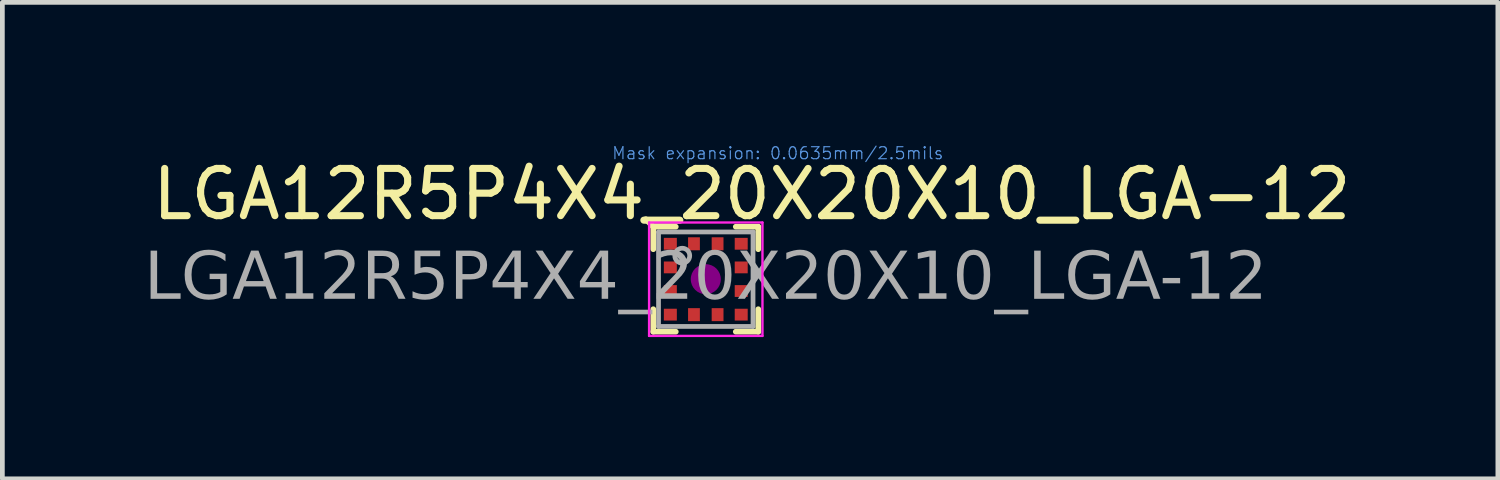
<source format=kicad_pcb>
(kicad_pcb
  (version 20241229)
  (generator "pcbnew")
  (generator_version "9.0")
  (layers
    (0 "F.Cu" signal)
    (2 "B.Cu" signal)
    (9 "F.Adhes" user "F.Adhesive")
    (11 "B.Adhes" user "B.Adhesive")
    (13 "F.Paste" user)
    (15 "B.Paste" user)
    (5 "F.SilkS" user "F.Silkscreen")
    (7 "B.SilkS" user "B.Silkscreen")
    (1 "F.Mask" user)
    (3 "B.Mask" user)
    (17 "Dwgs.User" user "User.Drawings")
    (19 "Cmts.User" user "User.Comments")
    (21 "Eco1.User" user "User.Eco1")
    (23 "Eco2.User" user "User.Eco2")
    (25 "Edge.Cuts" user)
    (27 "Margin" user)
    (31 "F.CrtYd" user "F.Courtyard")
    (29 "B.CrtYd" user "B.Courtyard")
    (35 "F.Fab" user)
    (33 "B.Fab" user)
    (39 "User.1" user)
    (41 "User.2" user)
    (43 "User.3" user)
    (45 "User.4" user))
  (footprint "LGA12R5P4X4_20X20X10_LGA-12"
    (layer "F.Cu")
    (at 11.889 2.86)
    (property "Reference" "LGA12R5P4X4_20X20X10_LGA-12" (at 0.975 -1.8 0) (unlocked yes) (layer "F.SilkS") (effects (font (size 1 1) (thickness 0.15))))
    (attr smd)
    (fp_line (start -1.111 -1.111) (end -1.27 -1.27) (stroke (width 0.12) (type solid)) (layer "F.SilkS"))
    (fp_line (start -1.111 -0.635) (end -1.111 -1.111) (stroke (width 0.12) (type solid)) (layer "F.SilkS"))
    (fp_line (start -1.111 0.635) (end -1.111 1.111) (stroke (width 0.12) (type solid)) (layer "F.SilkS"))
    (fp_line (start -0.635 -1.111) (end -1.111 -1.111) (stroke (width 0.12) (type solid)) (layer "F.SilkS"))
    (fp_line (start -0.635 1.111) (end -1.111 1.111) (stroke (width 0.12) (type solid)) (layer "F.SilkS"))
    (fp_line (start 0.635 -1.111) (end 1.111 -1.111) (stroke (width 0.12) (type solid)) (layer "F.SilkS"))
    (fp_line (start 0.635 1.111) (end 1.111 1.111) (stroke (width 0.12) (type solid)) (layer "F.SilkS"))
    (fp_line (start 1.111 -0.635) (end 1.111 -1.111) (stroke (width 0.12) (type solid)) (layer "F.SilkS"))
    (fp_line (start 1.111 0.635) (end 1.111 1.111) (stroke (width 0.12) (type solid)) (layer "F.SilkS"))
    (fp_circle (center 0 0) (end 0.318 0) (stroke (width 0) (type solid)) (fill yes) (layer "F.Adhes"))
    (fp_line (start -1.2 1.2) (end -1.2 -1.2) (stroke (width 0.05) (type solid)) (layer "F.CrtYd"))
    (fp_line (start -1.2 1.2) (end 1.2 1.2) (stroke (width 0.05) (type solid)) (layer "F.CrtYd"))
    (fp_line (start 1.2 -1.2) (end -1.2 -1.2) (stroke (width 0.05) (type solid)) (layer "F.CrtYd"))
    (fp_line (start 1.2 -1.2) (end 1.2 1.2) (stroke (width 0.05) (type solid)) (layer "F.CrtYd"))
    (fp_line (start -1 -1) (end -1 1) (stroke (width 0.1) (type solid)) (layer "F.Fab"))
    (fp_line (start -1 -1) (end 1 -1) (stroke (width 0.1) (type solid)) (layer "F.Fab"))
    (fp_line (start 1 -1) (end 1 1) (stroke (width 0.1) (type solid)) (layer "F.Fab"))
    (fp_line (start 1 1) (end -1 1) (stroke (width 0.1) (type solid)) (layer "F.Fab"))
    (fp_circle (center -0.498 -0.498) (end -0.34 -0.498) (stroke (width 0.1) (type solid)) (fill no) (layer "F.Fab"))
    (fp_text user "Mask expansion: 0.0635mm/2.5mils" (at 1.524 -2.667 0) (layer "Cmts.User") (effects (font (size 0.254 0.254) (thickness 0.025))))
    (fp_text user "${REFERENCE}" (at 0 0 0) (layer "F.Fab") (effects (font (face "Tahoma") (size 1 1) (thickness 0.15))))
    (pad "1" smd rect (at -0.75 -0.75) (size 0.275 0.25) (layers "F.Cu" "F.Mask" "F.Paste"))
    (pad "2" smd rect (at -0.75 -0.25) (size 0.275 0.25) (layers "F.Cu" "F.Mask" "F.Paste"))
    (pad "3" smd rect (at -0.75 0.25) (size 0.275 0.25) (layers "F.Cu" "F.Mask" "F.Paste"))
    (pad "4" smd rect (at -0.75 0.75) (size 0.275 0.25) (layers "F.Cu" "F.Mask" "F.Paste"))
    (pad "5" smd rect (at -0.25 0.75 90) (size 0.275 0.25) (layers "F.Cu" "F.Mask" "F.Paste"))
    (pad "6" smd rect (at 0.25 0.75 90) (size 0.275 0.25) (layers "F.Cu" "F.Mask" "F.Paste"))
    (pad "7" smd rect (at 0.75 0.75) (size 0.275 0.25) (layers "F.Cu" "F.Mask" "F.Paste"))
    (pad "8" smd rect (at 0.75 0.25) (size 0.275 0.25) (layers "F.Cu" "F.Mask" "F.Paste"))
    (pad "9" smd rect (at 0.75 -0.25) (size 0.275 0.25) (layers "F.Cu" "F.Mask" "F.Paste"))
    (pad "10" smd rect (at 0.75 -0.75) (size 0.275 0.25) (layers "F.Cu" "F.Mask" "F.Paste"))
    (pad "11" smd rect (at 0.25 -0.75 90) (size 0.275 0.25) (layers "F.Cu" "F.Mask" "F.Paste"))
    (pad "12" smd rect (at -0.25 -0.75 90) (size 0.275 0.25) (layers "F.Cu" "F.Mask" "F.Paste")))
  (gr_rect
    (start -3 -3)
    (end 28.655 7.085)
    (stroke (width 0.1) (type default))
    (fill no)
    (layer "Edge.Cuts")))
</source>
